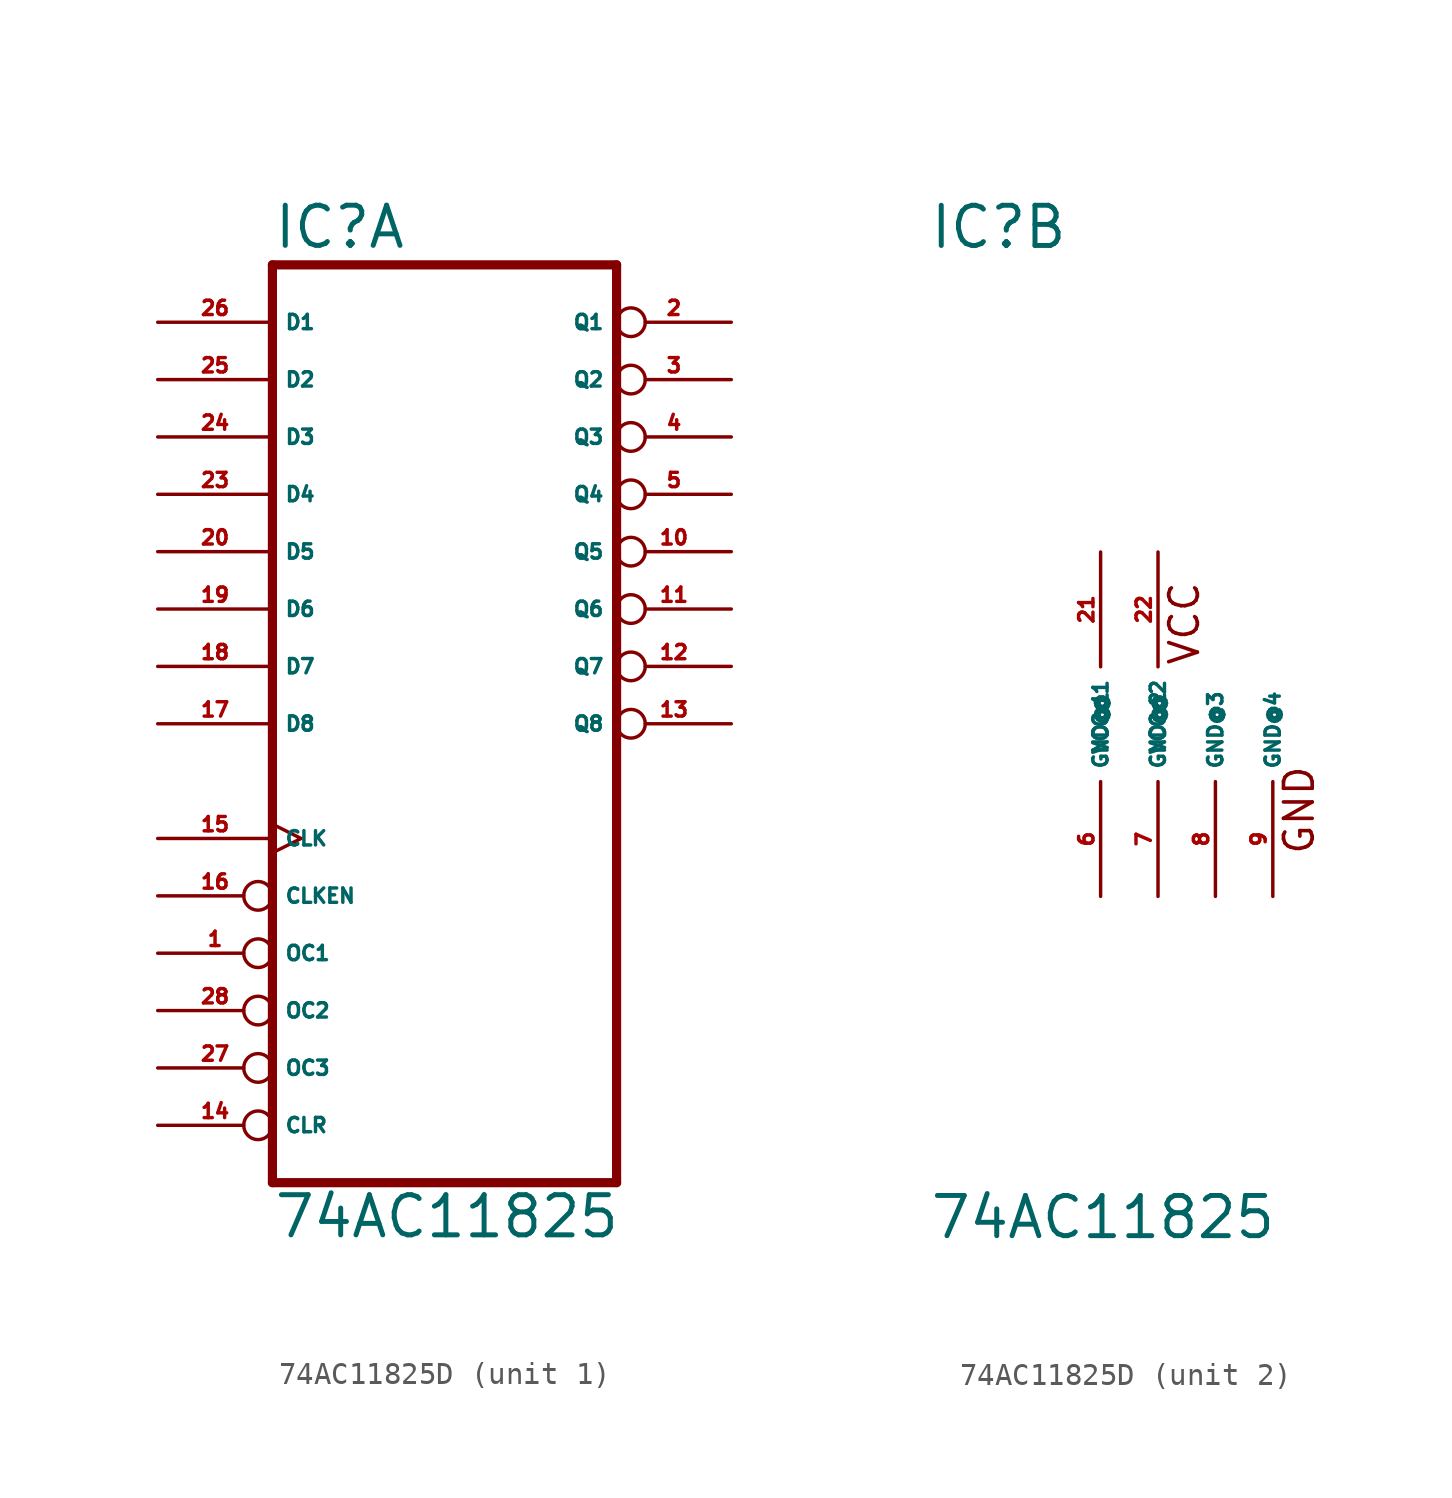
<source format=kicad_sym>
(kicad_symbol_lib
  (version 20220914)
  (generator Eagle2Kicad)
  (symbol "74AC11825D"
    (property "Reference" "IC"
      (at -7.62 20.955 0)
      (effects (font (size 1.778 1.778) (thickness 0.22)) (justify left bottom)))
    (property "Value" "74AC11825"
      (at -7.62 -22.86 0)
      (effects (font (size 1.778 1.778) (thickness 0.22)) (justify left bottom)))
    (symbol "74AC11825D_1_0"
      (polyline (pts (xy -7.62 -20.32) (xy 7.62 -20.32)) (stroke (width 0.406) (type default)) (fill (type none)))
      (polyline (pts (xy 7.62 -20.32) (xy 7.62 20.32)) (stroke (width 0.406) (type default)) (fill (type none)))
      (polyline (pts (xy 7.62 20.32) (xy -7.62 20.32)) (stroke (width 0.406) (type default)) (fill (type none)))
      (polyline (pts (xy -7.62 20.32) (xy -7.62 -20.32)) (stroke (width 0.406) (type default)) (fill (type none)))
      (pin input inverted (at -12.7 -10.16 0) (length 5.08) (name "OC1" (effects (font (size 0.635 0.635) (thickness 0.08)) (justify left bottom))) (number "1" (effects (font (size 0.635 0.635) (thickness 0.08)) (justify left bottom))))
      (pin tri_state inverted (at 12.7 17.78 180) (length 5.08) (name "Q1" (effects (font (size 0.635 0.635) (thickness 0.08)) (justify left bottom))) (number "2" (effects (font (size 0.635 0.635) (thickness 0.08)) (justify left bottom))))
      (pin tri_state inverted (at 12.7 15.24 180) (length 5.08) (name "Q2" (effects (font (size 0.635 0.635) (thickness 0.08)) (justify left bottom))) (number "3" (effects (font (size 0.635 0.635) (thickness 0.08)) (justify left bottom))))
      (pin tri_state inverted (at 12.7 12.7 180) (length 5.08) (name "Q3" (effects (font (size 0.635 0.635) (thickness 0.08)) (justify left bottom))) (number "4" (effects (font (size 0.635 0.635) (thickness 0.08)) (justify left bottom))))
      (pin tri_state inverted (at 12.7 10.16 180) (length 5.08) (name "Q4" (effects (font (size 0.635 0.635) (thickness 0.08)) (justify left bottom))) (number "5" (effects (font (size 0.635 0.635) (thickness 0.08)) (justify left bottom))))
      (pin tri_state inverted (at 12.7 7.62 180) (length 5.08) (name "Q5" (effects (font (size 0.635 0.635) (thickness 0.08)) (justify left bottom))) (number "10" (effects (font (size 0.635 0.635) (thickness 0.08)) (justify left bottom))))
      (pin tri_state inverted (at 12.7 5.08 180) (length 5.08) (name "Q6" (effects (font (size 0.635 0.635) (thickness 0.08)) (justify left bottom))) (number "11" (effects (font (size 0.635 0.635) (thickness 0.08)) (justify left bottom))))
      (pin tri_state inverted (at 12.7 2.54 180) (length 5.08) (name "Q7" (effects (font (size 0.635 0.635) (thickness 0.08)) (justify left bottom))) (number "12" (effects (font (size 0.635 0.635) (thickness 0.08)) (justify left bottom))))
      (pin tri_state inverted (at 12.7 0 180) (length 5.08) (name "Q8" (effects (font (size 0.635 0.635) (thickness 0.08)) (justify left bottom))) (number "13" (effects (font (size 0.635 0.635) (thickness 0.08)) (justify left bottom))))
      (pin input inverted (at -12.7 -17.78 0) (length 5.08) (name "CLR" (effects (font (size 0.635 0.635) (thickness 0.08)) (justify left bottom))) (number "14" (effects (font (size 0.635 0.635) (thickness 0.08)) (justify left bottom))))
      (pin input clock (at -12.7 -5.08 0) (length 5.08) (name "CLK" (effects (font (size 0.635 0.635) (thickness 0.08)) (justify left bottom))) (number "15" (effects (font (size 0.635 0.635) (thickness 0.08)) (justify left bottom))))
      (pin input inverted (at -12.7 -7.62 0) (length 5.08) (name "CLKEN" (effects (font (size 0.635 0.635) (thickness 0.08)) (justify left bottom))) (number "16" (effects (font (size 0.635 0.635) (thickness 0.08)) (justify left bottom))))
      (pin input line (at -12.7 0 0) (length 5.08) (name "D8" (effects (font (size 0.635 0.635) (thickness 0.08)) (justify left bottom))) (number "17" (effects (font (size 0.635 0.635) (thickness 0.08)) (justify left bottom))))
      (pin input line (at -12.7 2.54 0) (length 5.08) (name "D7" (effects (font (size 0.635 0.635) (thickness 0.08)) (justify left bottom))) (number "18" (effects (font (size 0.635 0.635) (thickness 0.08)) (justify left bottom))))
      (pin input line (at -12.7 5.08 0) (length 5.08) (name "D6" (effects (font (size 0.635 0.635) (thickness 0.08)) (justify left bottom))) (number "19" (effects (font (size 0.635 0.635) (thickness 0.08)) (justify left bottom))))
      (pin input line (at -12.7 7.62 0) (length 5.08) (name "D5" (effects (font (size 0.635 0.635) (thickness 0.08)) (justify left bottom))) (number "20" (effects (font (size 0.635 0.635) (thickness 0.08)) (justify left bottom))))
      (pin input line (at -12.7 10.16 0) (length 5.08) (name "D4" (effects (font (size 0.635 0.635) (thickness 0.08)) (justify left bottom))) (number "23" (effects (font (size 0.635 0.635) (thickness 0.08)) (justify left bottom))))
      (pin input line (at -12.7 12.7 0) (length 5.08) (name "D3" (effects (font (size 0.635 0.635) (thickness 0.08)) (justify left bottom))) (number "24" (effects (font (size 0.635 0.635) (thickness 0.08)) (justify left bottom))))
      (pin input line (at -12.7 15.24 0) (length 5.08) (name "D2" (effects (font (size 0.635 0.635) (thickness 0.08)) (justify left bottom))) (number "25" (effects (font (size 0.635 0.635) (thickness 0.08)) (justify left bottom))))
      (pin input line (at -12.7 17.78 0) (length 5.08) (name "D1" (effects (font (size 0.635 0.635) (thickness 0.08)) (justify left bottom))) (number "26" (effects (font (size 0.635 0.635) (thickness 0.08)) (justify left bottom))))
      (pin input inverted (at -12.7 -15.24 0) (length 5.08) (name "OC3" (effects (font (size 0.635 0.635) (thickness 0.08)) (justify left bottom))) (number "27" (effects (font (size 0.635 0.635) (thickness 0.08)) (justify left bottom))))
      (pin input inverted (at -12.7 -12.7 0) (length 5.08) (name "OC2" (effects (font (size 0.635 0.635) (thickness 0.08)) (justify left bottom))) (number "28" (effects (font (size 0.635 0.635) (thickness 0.08)) (justify left bottom)))))
    (symbol "74AC11825D_2_0"
      (text "VCC" (at 4.445 2.54 900) (effects (font (size 1.27 1.27) (thickness 0.16)) (justify left bottom)))
      (text "GND" (at 9.525 -5.842 900) (effects (font (size 1.27 1.27) (thickness 0.16)) (justify left bottom)))
      (pin unspecified line (at 0 -7.62 90) (length 5.08) (name "GND@1" (effects (font (size 0.635 0.635) (thickness 0.08)) (justify left bottom))) (number "6" (effects (font (size 0.635 0.635) (thickness 0.08)) (justify left bottom))))
      (pin unspecified line (at 2.54 -7.62 90) (length 5.08) (name "GND@2" (effects (font (size 0.635 0.635) (thickness 0.08)) (justify left bottom))) (number "7" (effects (font (size 0.635 0.635) (thickness 0.08)) (justify left bottom))))
      (pin unspecified line (at 5.08 -7.62 90) (length 5.08) (name "GND@3" (effects (font (size 0.635 0.635) (thickness 0.08)) (justify left bottom))) (number "8" (effects (font (size 0.635 0.635) (thickness 0.08)) (justify left bottom))))
      (pin unspecified line (at 7.62 -7.62 90) (length 5.08) (name "GND@4" (effects (font (size 0.635 0.635) (thickness 0.08)) (justify left bottom))) (number "9" (effects (font (size 0.635 0.635) (thickness 0.08)) (justify left bottom))))
      (pin unspecified line (at 0 7.62 270) (length 5.08) (name "VCC@1" (effects (font (size 0.635 0.635) (thickness 0.08)) (justify left bottom))) (number "21" (effects (font (size 0.635 0.635) (thickness 0.08)) (justify left bottom))))
      (pin unspecified line (at 2.54 7.62 270) (length 5.08) (name "VCC@2" (effects (font (size 0.635 0.635) (thickness 0.08)) (justify left bottom))) (number "22" (effects (font (size 0.635 0.635) (thickness 0.08)) (justify left bottom)))))))
</source>
